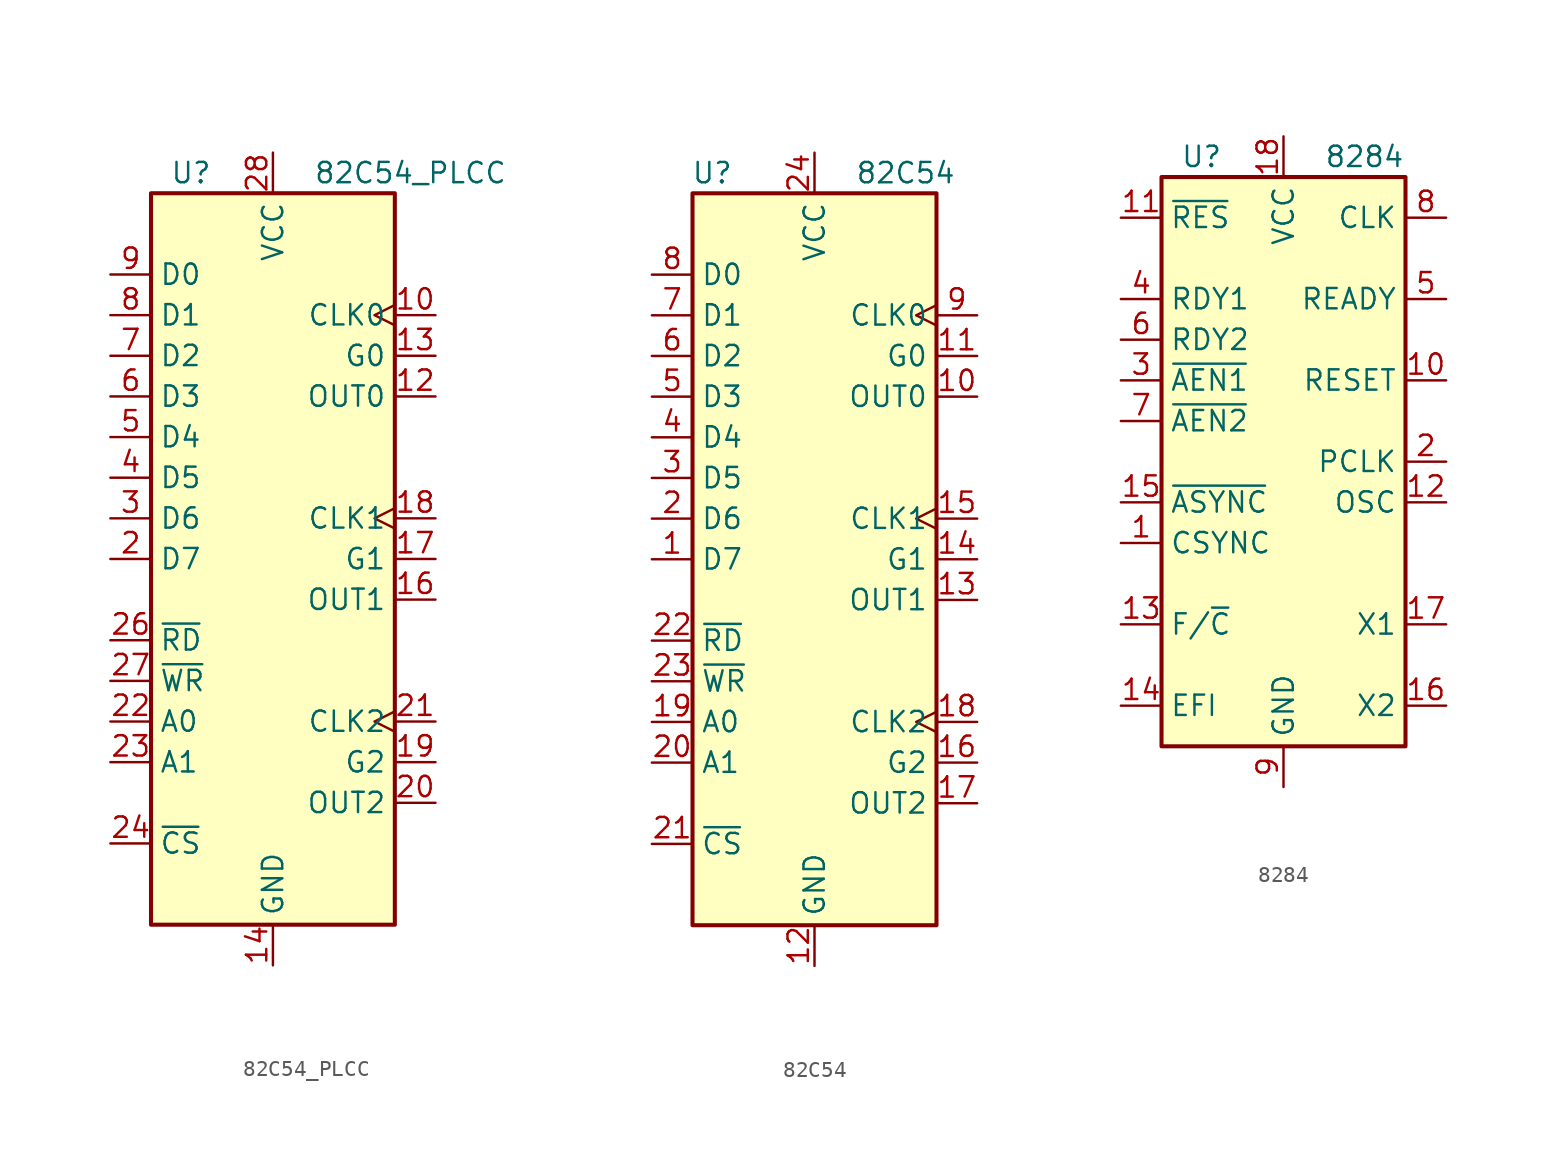
<source format=kicad_sym>
(kicad_symbol_lib
  (version 20211014)
  (generator kicad_symbol_editor)
  (symbol "82C54_PLCC"
    (property "Reference" "U"
      (at -3.81 24.13 0)
      (effects (font (size 1.27 1.27)) (justify right)))
    (property "Value" "82C54_PLCC"
      (at 2.54 24.13 0)
      (effects (font (size 1.27 1.27)) (justify left)))
    (symbol "82C54_PLCC_0_1"
      (rectangle (start -7.62 -22.86) (end 7.62 22.86) (stroke (width 0.254) (type default) (color 0 0 0 0)) (fill (type background))))
    (symbol "82C54_PLCC_1_1"
      (pin no_connect line (at -5.08 -22.86 90) (length 2.54) hide (name "NC" (effects (font (size 1.27 1.27)))) (number "1" (effects (font (size 1.27 1.27)))))
      (pin input clock (at 10.16 15.24 180) (length 2.54) (name "CLK0" (effects (font (size 1.27 1.27)))) (number "10" (effects (font (size 1.27 1.27)))))
      (pin no_connect line (at -2.54 -22.86 90) (length 2.54) hide (name "NC" (effects (font (size 1.27 1.27)))) (number "11" (effects (font (size 1.27 1.27)))))
      (pin output line (at 10.16 10.16 180) (length 2.54) (name "OUT0" (effects (font (size 1.27 1.27)))) (number "12" (effects (font (size 1.27 1.27)))))
      (pin input line (at 10.16 12.7 180) (length 2.54) (name "G0" (effects (font (size 1.27 1.27)))) (number "13" (effects (font (size 1.27 1.27)))))
      (pin power_in line (at 0 -25.4 90) (length 2.54) (name "GND" (effects (font (size 1.27 1.27)))) (number "14" (effects (font (size 1.27 1.27)))))
      (pin no_connect line (at 2.54 -22.86 90) (length 2.54) hide (name "NC" (effects (font (size 1.27 1.27)))) (number "15" (effects (font (size 1.27 1.27)))))
      (pin output line (at 10.16 -2.54 180) (length 2.54) (name "OUT1" (effects (font (size 1.27 1.27)))) (number "16" (effects (font (size 1.27 1.27)))))
      (pin input line (at 10.16 0 180) (length 2.54) (name "G1" (effects (font (size 1.27 1.27)))) (number "17" (effects (font (size 1.27 1.27)))))
      (pin input clock (at 10.16 2.54 180) (length 2.54) (name "CLK1" (effects (font (size 1.27 1.27)))) (number "18" (effects (font (size 1.27 1.27)))))
      (pin input line (at 10.16 -12.7 180) (length 2.54) (name "G2" (effects (font (size 1.27 1.27)))) (number "19" (effects (font (size 1.27 1.27)))))
      (pin bidirectional line (at -10.16 0 0) (length 2.54) (name "D7" (effects (font (size 1.27 1.27)))) (number "2" (effects (font (size 1.27 1.27)))))
      (pin output line (at 10.16 -15.24 180) (length 2.54) (name "OUT2" (effects (font (size 1.27 1.27)))) (number "20" (effects (font (size 1.27 1.27)))))
      (pin input clock (at 10.16 -10.16 180) (length 2.54) (name "CLK2" (effects (font (size 1.27 1.27)))) (number "21" (effects (font (size 1.27 1.27)))))
      (pin input line (at -10.16 -10.16 0) (length 2.54) (name "A0" (effects (font (size 1.27 1.27)))) (number "22" (effects (font (size 1.27 1.27)))))
      (pin input line (at -10.16 -12.7 0) (length 2.54) (name "A1" (effects (font (size 1.27 1.27)))) (number "23" (effects (font (size 1.27 1.27)))))
      (pin input line (at -10.16 -17.78 0) (length 2.54) (name "~{CS}" (effects (font (size 1.27 1.27)))) (number "24" (effects (font (size 1.27 1.27)))))
      (pin no_connect line (at 5.08 -22.86 90) (length 2.54) hide (name "NC" (effects (font (size 1.27 1.27)))) (number "25" (effects (font (size 1.27 1.27)))))
      (pin input line (at -10.16 -5.08 0) (length 2.54) (name "~{RD}" (effects (font (size 1.27 1.27)))) (number "26" (effects (font (size 1.27 1.27)))))
      (pin input line (at -10.16 -7.62 0) (length 2.54) (name "~{WR}" (effects (font (size 1.27 1.27)))) (number "27" (effects (font (size 1.27 1.27)))))
      (pin power_in line (at 0 25.4 270) (length 2.54) (name "VCC" (effects (font (size 1.27 1.27)))) (number "28" (effects (font (size 1.27 1.27)))))
      (pin bidirectional line (at -10.16 2.54 0) (length 2.54) (name "D6" (effects (font (size 1.27 1.27)))) (number "3" (effects (font (size 1.27 1.27)))))
      (pin bidirectional line (at -10.16 5.08 0) (length 2.54) (name "D5" (effects (font (size 1.27 1.27)))) (number "4" (effects (font (size 1.27 1.27)))))
      (pin bidirectional line (at -10.16 7.62 0) (length 2.54) (name "D4" (effects (font (size 1.27 1.27)))) (number "5" (effects (font (size 1.27 1.27)))))
      (pin bidirectional line (at -10.16 10.16 0) (length 2.54) (name "D3" (effects (font (size 1.27 1.27)))) (number "6" (effects (font (size 1.27 1.27)))))
      (pin bidirectional line (at -10.16 12.7 0) (length 2.54) (name "D2" (effects (font (size 1.27 1.27)))) (number "7" (effects (font (size 1.27 1.27)))))
      (pin bidirectional line (at -10.16 15.24 0) (length 2.54) (name "D1" (effects (font (size 1.27 1.27)))) (number "8" (effects (font (size 1.27 1.27)))))
      (pin bidirectional line (at -10.16 17.78 0) (length 2.54) (name "D0" (effects (font (size 1.27 1.27)))) (number "9" (effects (font (size 1.27 1.27)))))))
  (symbol "82C54"
    (property "Reference" "U"
      (at -5.08 24.13 0)
      (effects (font (size 1.27 1.27)) (justify right)))
    (property "Value" "82C54"
      (at 2.54 24.13 0)
      (effects (font (size 1.27 1.27)) (justify left)))
    (symbol "82C54_0_1"
      (rectangle (start -7.62 -22.86) (end 7.62 22.86) (stroke (width 0.254) (type default) (color 0 0 0 0)) (fill (type background))))
    (symbol "82C54_1_1"
      (pin bidirectional line (at -10.16 0 0) (length 2.54) (name "D7" (effects (font (size 1.27 1.27)))) (number "1" (effects (font (size 1.27 1.27)))))
      (pin output line (at 10.16 10.16 180) (length 2.54) (name "OUT0" (effects (font (size 1.27 1.27)))) (number "10" (effects (font (size 1.27 1.27)))))
      (pin input line (at 10.16 12.7 180) (length 2.54) (name "G0" (effects (font (size 1.27 1.27)))) (number "11" (effects (font (size 1.27 1.27)))))
      (pin power_in line (at 0 -25.4 90) (length 2.54) (name "GND" (effects (font (size 1.27 1.27)))) (number "12" (effects (font (size 1.27 1.27)))))
      (pin output line (at 10.16 -2.54 180) (length 2.54) (name "OUT1" (effects (font (size 1.27 1.27)))) (number "13" (effects (font (size 1.27 1.27)))))
      (pin input line (at 10.16 0 180) (length 2.54) (name "G1" (effects (font (size 1.27 1.27)))) (number "14" (effects (font (size 1.27 1.27)))))
      (pin input clock (at 10.16 2.54 180) (length 2.54) (name "CLK1" (effects (font (size 1.27 1.27)))) (number "15" (effects (font (size 1.27 1.27)))))
      (pin input line (at 10.16 -12.7 180) (length 2.54) (name "G2" (effects (font (size 1.27 1.27)))) (number "16" (effects (font (size 1.27 1.27)))))
      (pin output line (at 10.16 -15.24 180) (length 2.54) (name "OUT2" (effects (font (size 1.27 1.27)))) (number "17" (effects (font (size 1.27 1.27)))))
      (pin input clock (at 10.16 -10.16 180) (length 2.54) (name "CLK2" (effects (font (size 1.27 1.27)))) (number "18" (effects (font (size 1.27 1.27)))))
      (pin input line (at -10.16 -10.16 0) (length 2.54) (name "A0" (effects (font (size 1.27 1.27)))) (number "19" (effects (font (size 1.27 1.27)))))
      (pin bidirectional line (at -10.16 2.54 0) (length 2.54) (name "D6" (effects (font (size 1.27 1.27)))) (number "2" (effects (font (size 1.27 1.27)))))
      (pin input line (at -10.16 -12.7 0) (length 2.54) (name "A1" (effects (font (size 1.27 1.27)))) (number "20" (effects (font (size 1.27 1.27)))))
      (pin input line (at -10.16 -17.78 0) (length 2.54) (name "~{CS}" (effects (font (size 1.27 1.27)))) (number "21" (effects (font (size 1.27 1.27)))))
      (pin input line (at -10.16 -5.08 0) (length 2.54) (name "~{RD}" (effects (font (size 1.27 1.27)))) (number "22" (effects (font (size 1.27 1.27)))))
      (pin input line (at -10.16 -7.62 0) (length 2.54) (name "~{WR}" (effects (font (size 1.27 1.27)))) (number "23" (effects (font (size 1.27 1.27)))))
      (pin power_in line (at 0 25.4 270) (length 2.54) (name "VCC" (effects (font (size 1.27 1.27)))) (number "24" (effects (font (size 1.27 1.27)))))
      (pin bidirectional line (at -10.16 5.08 0) (length 2.54) (name "D5" (effects (font (size 1.27 1.27)))) (number "3" (effects (font (size 1.27 1.27)))))
      (pin bidirectional line (at -10.16 7.62 0) (length 2.54) (name "D4" (effects (font (size 1.27 1.27)))) (number "4" (effects (font (size 1.27 1.27)))))
      (pin bidirectional line (at -10.16 10.16 0) (length 2.54) (name "D3" (effects (font (size 1.27 1.27)))) (number "5" (effects (font (size 1.27 1.27)))))
      (pin bidirectional line (at -10.16 12.7 0) (length 2.54) (name "D2" (effects (font (size 1.27 1.27)))) (number "6" (effects (font (size 1.27 1.27)))))
      (pin bidirectional line (at -10.16 15.24 0) (length 2.54) (name "D1" (effects (font (size 1.27 1.27)))) (number "7" (effects (font (size 1.27 1.27)))))
      (pin bidirectional line (at -10.16 17.78 0) (length 2.54) (name "D0" (effects (font (size 1.27 1.27)))) (number "8" (effects (font (size 1.27 1.27)))))
      (pin input clock (at 10.16 15.24 180) (length 2.54) (name "CLK0" (effects (font (size 1.27 1.27)))) (number "9" (effects (font (size 1.27 1.27)))))))
  (symbol "8284"
    (property "Reference" "U"
      (at -3.81 19.05 0)
      (effects (font (size 1.27 1.27)) (justify right)))
    (property "Value" "8284"
      (at 2.54 19.05 0)
      (effects (font (size 1.27 1.27)) (justify left)))
    (symbol "8284_0_0"
      (rectangle (start -7.62 -17.78) (end 7.62 17.78) (stroke (width 0.254) (type default) (color 0 0 0 0)) (fill (type background))))
    (symbol "8284_1_1"
      (pin input line (at -10.16 -5.08 0) (length 2.54) (name "CSYNC" (effects (font (size 1.27 1.27)))) (number "1" (effects (font (size 1.27 1.27)))))
      (pin output line (at 10.16 5.08 180) (length 2.54) (name "RESET" (effects (font (size 1.27 1.27)))) (number "10" (effects (font (size 1.27 1.27)))))
      (pin input line (at -10.16 15.24 0) (length 2.54) (name "~{RES}" (effects (font (size 1.27 1.27)))) (number "11" (effects (font (size 1.27 1.27)))))
      (pin output line (at 10.16 -2.54 180) (length 2.54) (name "OSC" (effects (font (size 1.27 1.27)))) (number "12" (effects (font (size 1.27 1.27)))))
      (pin input line (at -10.16 -10.16 0) (length 2.54) (name "F/~{C}" (effects (font (size 1.27 1.27)))) (number "13" (effects (font (size 1.27 1.27)))))
      (pin input line (at -10.16 -15.24 0) (length 2.54) (name "EFI" (effects (font (size 1.27 1.27)))) (number "14" (effects (font (size 1.27 1.27)))))
      (pin input line (at -10.16 -2.54 0) (length 2.54) (name "~{ASYNC}" (effects (font (size 1.27 1.27)))) (number "15" (effects (font (size 1.27 1.27)))))
      (pin output line (at 10.16 -15.24 180) (length 2.54) (name "X2" (effects (font (size 1.27 1.27)))) (number "16" (effects (font (size 1.27 1.27)))))
      (pin input line (at 10.16 -10.16 180) (length 2.54) (name "X1" (effects (font (size 1.27 1.27)))) (number "17" (effects (font (size 1.27 1.27)))))
      (pin power_in line (at 0 20.32 270) (length 2.54) (name "VCC" (effects (font (size 1.27 1.27)))) (number "18" (effects (font (size 1.27 1.27)))))
      (pin output line (at 10.16 0 180) (length 2.54) (name "PCLK" (effects (font (size 1.27 1.27)))) (number "2" (effects (font (size 1.27 1.27)))))
      (pin input line (at -10.16 5.08 0) (length 2.54) (name "~{AEN1}" (effects (font (size 1.27 1.27)))) (number "3" (effects (font (size 1.27 1.27)))))
      (pin input line (at -10.16 10.16 0) (length 2.54) (name "RDY1" (effects (font (size 1.27 1.27)))) (number "4" (effects (font (size 1.27 1.27)))))
      (pin output line (at 10.16 10.16 180) (length 2.54) (name "READY" (effects (font (size 1.27 1.27)))) (number "5" (effects (font (size 1.27 1.27)))))
      (pin input line (at -10.16 7.62 0) (length 2.54) (name "RDY2" (effects (font (size 1.27 1.27)))) (number "6" (effects (font (size 1.27 1.27)))))
      (pin input line (at -10.16 2.54 0) (length 2.54) (name "~{AEN2}" (effects (font (size 1.27 1.27)))) (number "7" (effects (font (size 1.27 1.27)))))
      (pin output line (at 10.16 15.24 180) (length 2.54) (name "CLK" (effects (font (size 1.27 1.27)))) (number "8" (effects (font (size 1.27 1.27)))))
      (pin power_in line (at 0 -20.32 90) (length 2.54) (name "GND" (effects (font (size 1.27 1.27)))) (number "9" (effects (font (size 1.27 1.27))))))))
</source>
